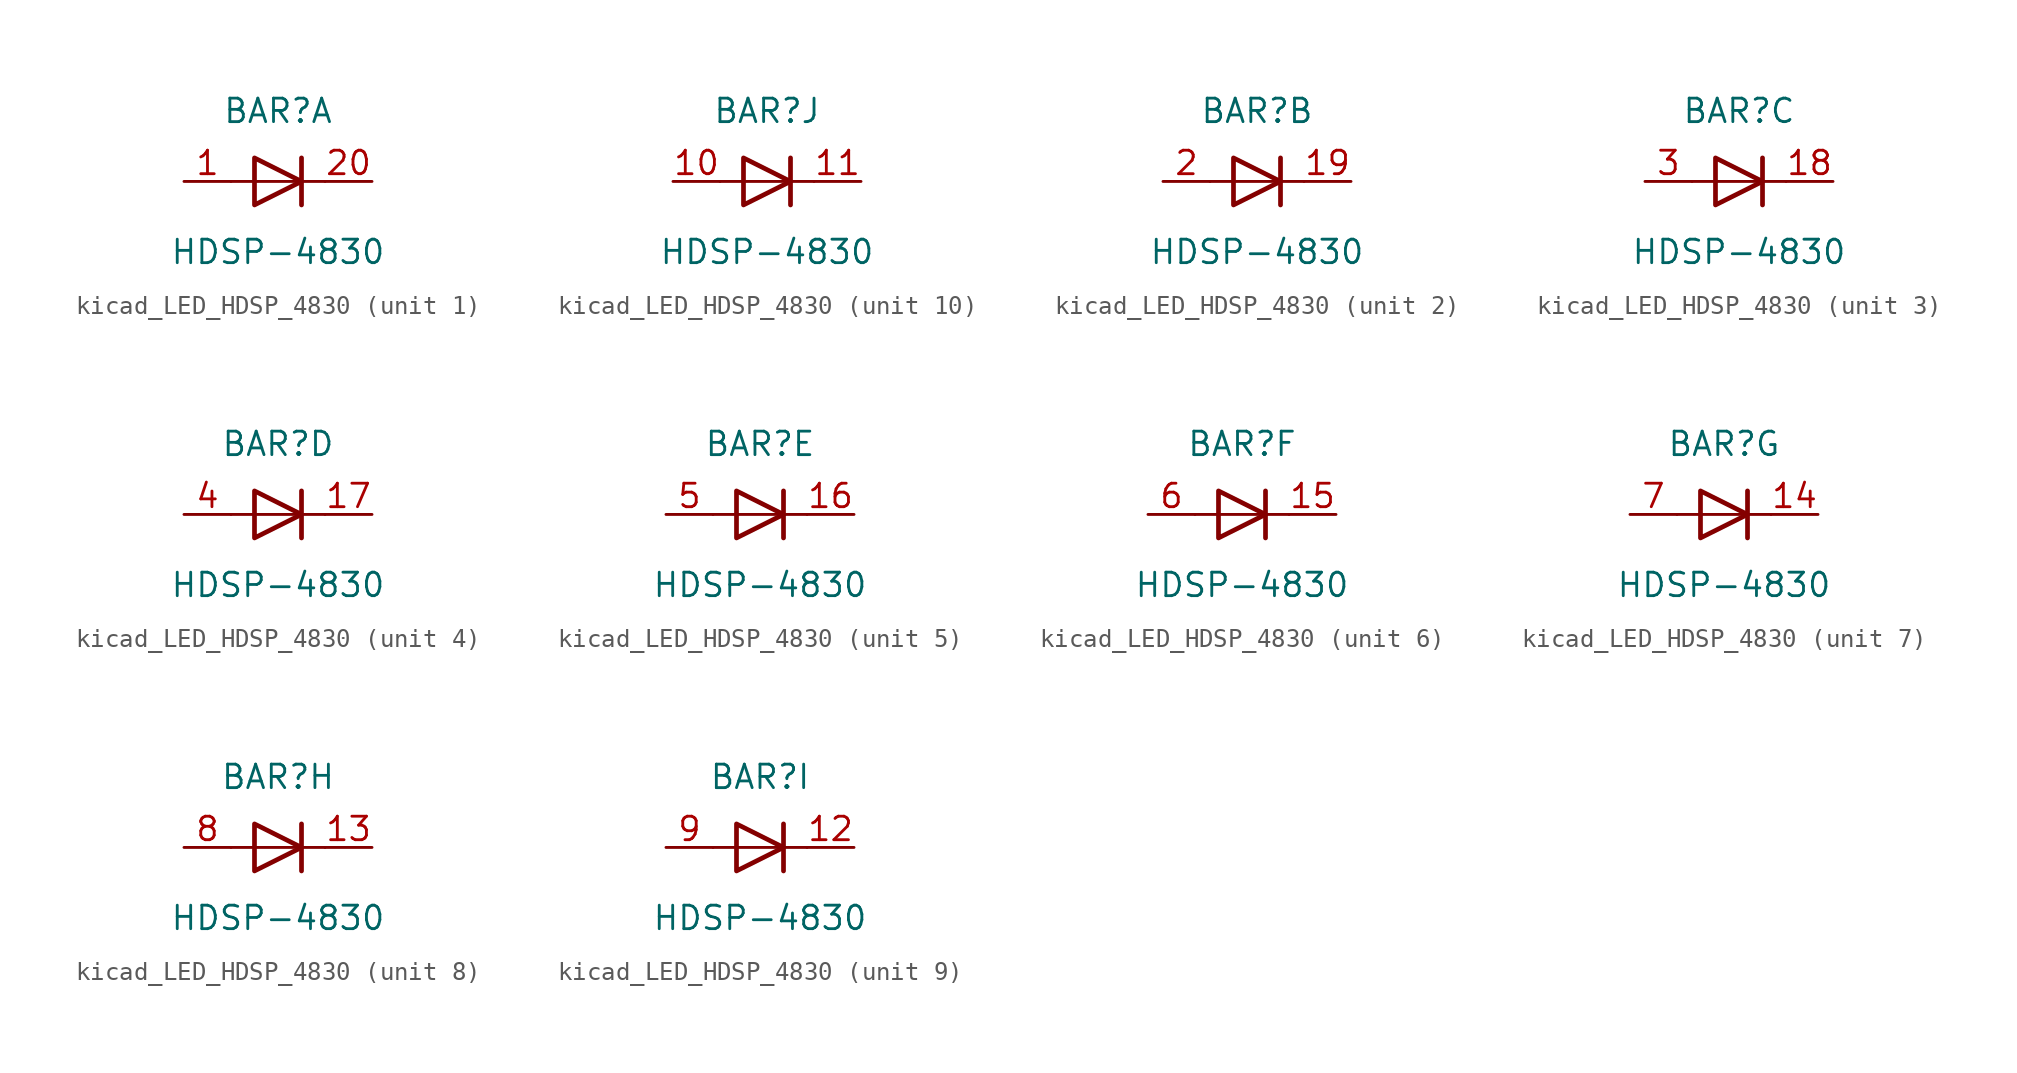
<source format=kicad_sym>
(kicad_symbol_lib
  (version 20220914)
  (generator kicad_symbol_editor)
  (symbol "kicad_LED_HDSP_4830"
    (pin_names
      (offset 1.016) hide)
    (property "Reference" "BAR"
      (at 0 3.81 0)
      (effects (font (size 1.27 1.27))))
    (property "Value" "HDSP-4830"
      (at 0 -3.81 0)
      (effects (font (size 1.27 1.27))))
    (symbol "kicad_LED_HDSP_4830_0_1"
      (polyline (pts (xy -2.54 0) (xy 2.54 0)) (stroke (width 0) (type default)) (fill (type none)))
      (polyline (pts (xy 1.27 -1.27) (xy 1.27 1.27)) (stroke (width 0.254) (type default)) (fill (type none)))
      (polyline (pts (xy -1.27 1.27) (xy -1.27 -1.27) (xy 1.27 0) (xy -1.27 1.27)) (stroke (width 0.254) (type default)) (fill (type none))))
    (symbol "kicad_LED_HDSP_4830_1_1"
      (pin passive line (at -5.08 0 0) (length 2.54) (name "A" (effects (font (size 1.27 1.27)))) (number "1" (effects (font (size 1.27 1.27)))))
      (pin passive line (at 5.08 0 180) (length 2.54) (name "K" (effects (font (size 1.27 1.27)))) (number "20" (effects (font (size 1.27 1.27))))))
    (symbol "kicad_LED_HDSP_4830_2_1"
      (pin passive line (at 5.08 0 180) (length 2.54) (name "K" (effects (font (size 1.27 1.27)))) (number "19" (effects (font (size 1.27 1.27)))))
      (pin passive line (at -5.08 0 0) (length 2.54) (name "A" (effects (font (size 1.27 1.27)))) (number "2" (effects (font (size 1.27 1.27))))))
    (symbol "kicad_LED_HDSP_4830_3_1"
      (pin passive line (at 5.08 0 180) (length 2.54) (name "K" (effects (font (size 1.27 1.27)))) (number "18" (effects (font (size 1.27 1.27)))))
      (pin passive line (at -5.08 0 0) (length 2.54) (name "A" (effects (font (size 1.27 1.27)))) (number "3" (effects (font (size 1.27 1.27))))))
    (symbol "kicad_LED_HDSP_4830_4_1"
      (pin passive line (at 5.08 0 180) (length 2.54) (name "K" (effects (font (size 1.27 1.27)))) (number "17" (effects (font (size 1.27 1.27)))))
      (pin passive line (at -5.08 0 0) (length 2.54) (name "A" (effects (font (size 1.27 1.27)))) (number "4" (effects (font (size 1.27 1.27))))))
    (symbol "kicad_LED_HDSP_4830_5_1"
      (pin passive line (at 5.08 0 180) (length 2.54) (name "K" (effects (font (size 1.27 1.27)))) (number "16" (effects (font (size 1.27 1.27)))))
      (pin passive line (at -5.08 0 0) (length 2.54) (name "A" (effects (font (size 1.27 1.27)))) (number "5" (effects (font (size 1.27 1.27))))))
    (symbol "kicad_LED_HDSP_4830_6_1"
      (pin passive line (at 5.08 0 180) (length 2.54) (name "K" (effects (font (size 1.27 1.27)))) (number "15" (effects (font (size 1.27 1.27)))))
      (pin passive line (at -5.08 0 0) (length 2.54) (name "A" (effects (font (size 1.27 1.27)))) (number "6" (effects (font (size 1.27 1.27))))))
    (symbol "kicad_LED_HDSP_4830_7_1"
      (pin passive line (at 5.08 0 180) (length 2.54) (name "K" (effects (font (size 1.27 1.27)))) (number "14" (effects (font (size 1.27 1.27)))))
      (pin passive line (at -5.08 0 0) (length 2.54) (name "A" (effects (font (size 1.27 1.27)))) (number "7" (effects (font (size 1.27 1.27))))))
    (symbol "kicad_LED_HDSP_4830_8_1"
      (pin passive line (at 5.08 0 180) (length 2.54) (name "K" (effects (font (size 1.27 1.27)))) (number "13" (effects (font (size 1.27 1.27)))))
      (pin passive line (at -5.08 0 0) (length 2.54) (name "A" (effects (font (size 1.27 1.27)))) (number "8" (effects (font (size 1.27 1.27))))))
    (symbol "kicad_LED_HDSP_4830_9_1"
      (pin passive line (at 5.08 0 180) (length 2.54) (name "K" (effects (font (size 1.27 1.27)))) (number "12" (effects (font (size 1.27 1.27)))))
      (pin passive line (at -5.08 0 0) (length 2.54) (name "A" (effects (font (size 1.27 1.27)))) (number "9" (effects (font (size 1.27 1.27))))))
    (symbol "kicad_LED_HDSP_4830_10_1"
      (pin passive line (at -5.08 0 0) (length 2.54) (name "A" (effects (font (size 1.27 1.27)))) (number "10" (effects (font (size 1.27 1.27)))))
      (pin passive line (at 5.08 0 180) (length 2.54) (name "K" (effects (font (size 1.27 1.27)))) (number "11" (effects (font (size 1.27 1.27))))))))
</source>
